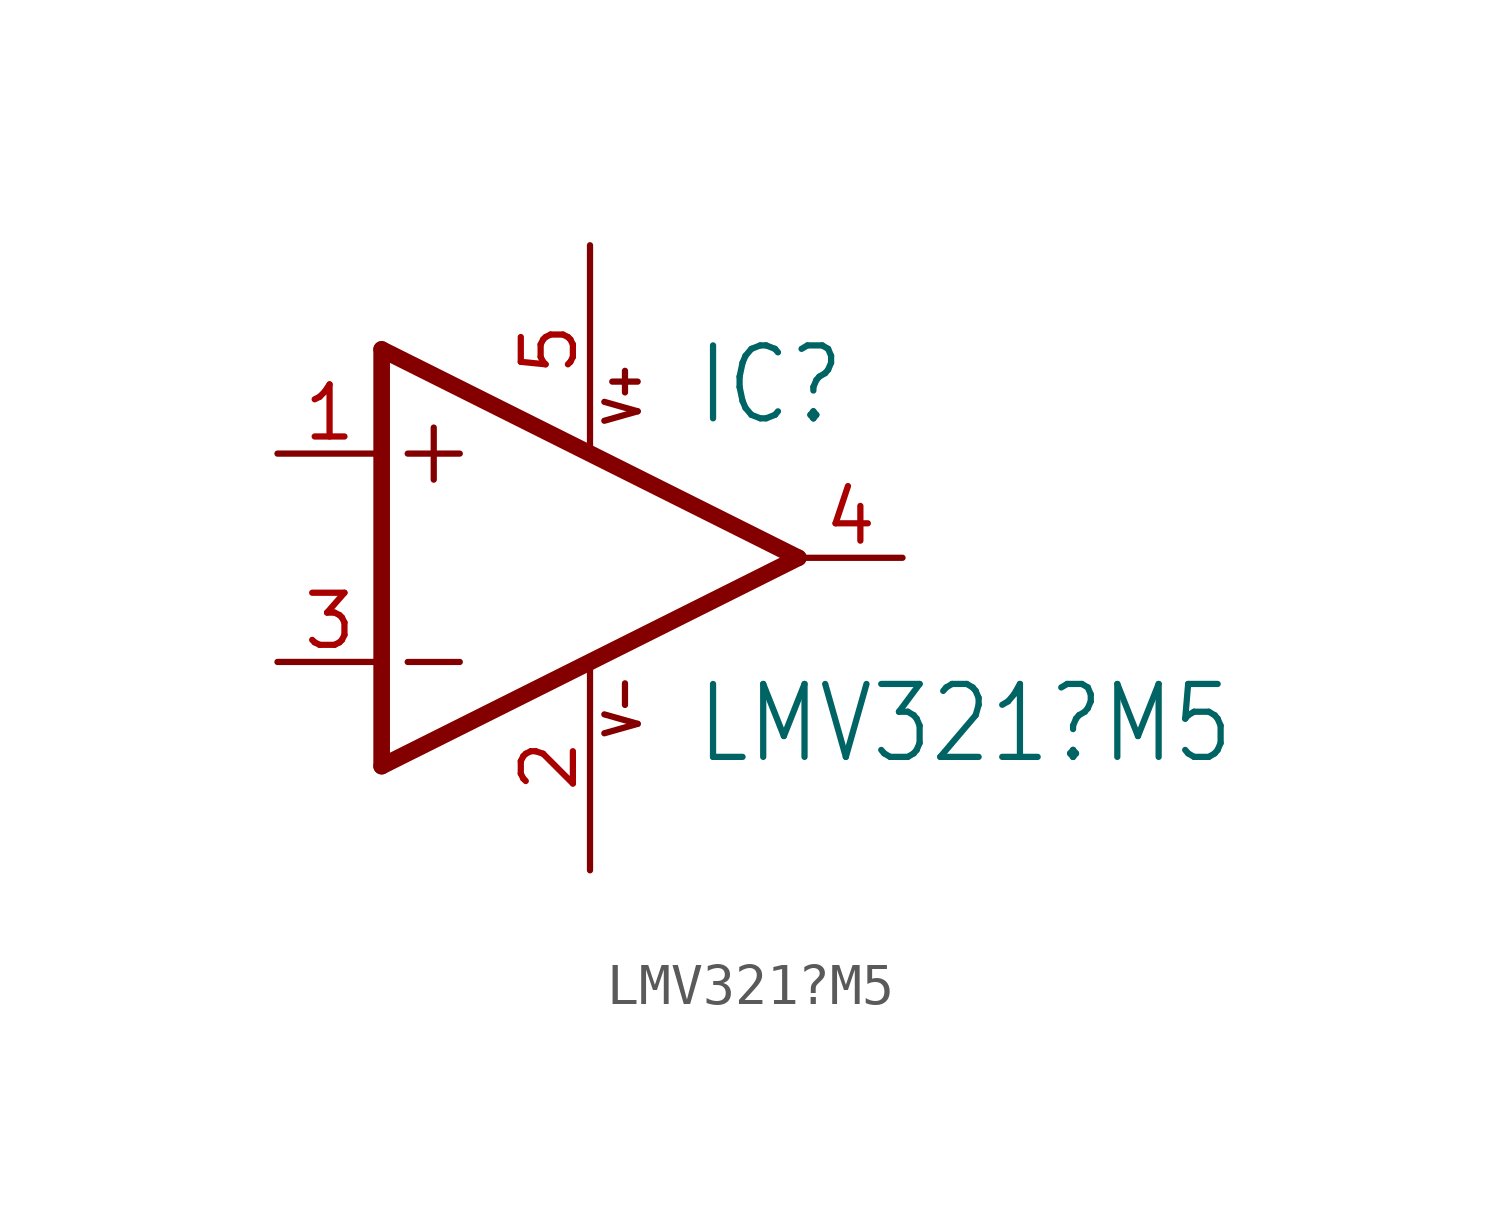
<source format=kicad_sym>
(kicad_symbol_lib
  (version 20211014)
  (generator kicad_symbol_editor)
  (symbol "LMV321?M5"
    (property "Reference" "IC"
      (at 2.54 3.175 0)
      (effects (font (size 1.778 1.511)) (justify left bottom)))
    (property "Value" "LMV321?M5"
      (at 2.54 -5.08 0)
      (effects (font (size 1.778 1.511)) (justify left bottom)))
    (property "ki_locked" ""
      (at 0 0 0)
      (effects (font (size 1.27 1.27))))
    (symbol "LMV321?M5_1_0"
      (polyline (pts (xy -5.08 -5.08) (xy 5.08 0)) (stroke (width 0.406) (type default) (color 0 0 0 0)) (fill (type none)))
      (polyline (pts (xy -5.08 5.08) (xy -5.08 -5.08)) (stroke (width 0.406) (type default) (color 0 0 0 0)) (fill (type none)))
      (polyline (pts (xy -4.445 -2.54) (xy -3.175 -2.54)) (stroke (width 0.152) (type default) (color 0 0 0 0)) (fill (type none)))
      (polyline (pts (xy -4.445 2.54) (xy -3.175 2.54)) (stroke (width 0.152) (type default) (color 0 0 0 0)) (fill (type none)))
      (polyline (pts (xy -3.81 3.175) (xy -3.81 1.905)) (stroke (width 0.152) (type default) (color 0 0 0 0)) (fill (type none)))
      (polyline (pts (xy 5.08 0) (xy -5.08 5.08)) (stroke (width 0.406) (type default) (color 0 0 0 0)) (fill (type none)))
      (text "V+" (at 1.27 3.175 900) (effects (font (size 0.813 0.691)) (justify left bottom)))
      (text "V-" (at 1.27 -4.445 900) (effects (font (size 0.813 0.691)) (justify left bottom)))
      (pin input line (at -7.62 2.54 0) (length 2.54) (name "+IN" (effects (font (size 0 0)))) (number "1" (effects (font (size 1.27 1.27)))))
      (pin power_in line (at 0 -7.62 90) (length 5.08) (name "V-" (effects (font (size 0 0)))) (number "2" (effects (font (size 1.27 1.27)))))
      (pin input line (at -7.62 -2.54 0) (length 2.54) (name "-IN" (effects (font (size 0 0)))) (number "3" (effects (font (size 1.27 1.27)))))
      (pin output line (at 7.62 0 180) (length 2.54) (name "OUT" (effects (font (size 0 0)))) (number "4" (effects (font (size 1.27 1.27)))))
      (pin power_in line (at 0 7.62 270) (length 5.08) (name "V+" (effects (font (size 0 0)))) (number "5" (effects (font (size 1.27 1.27))))))))
</source>
